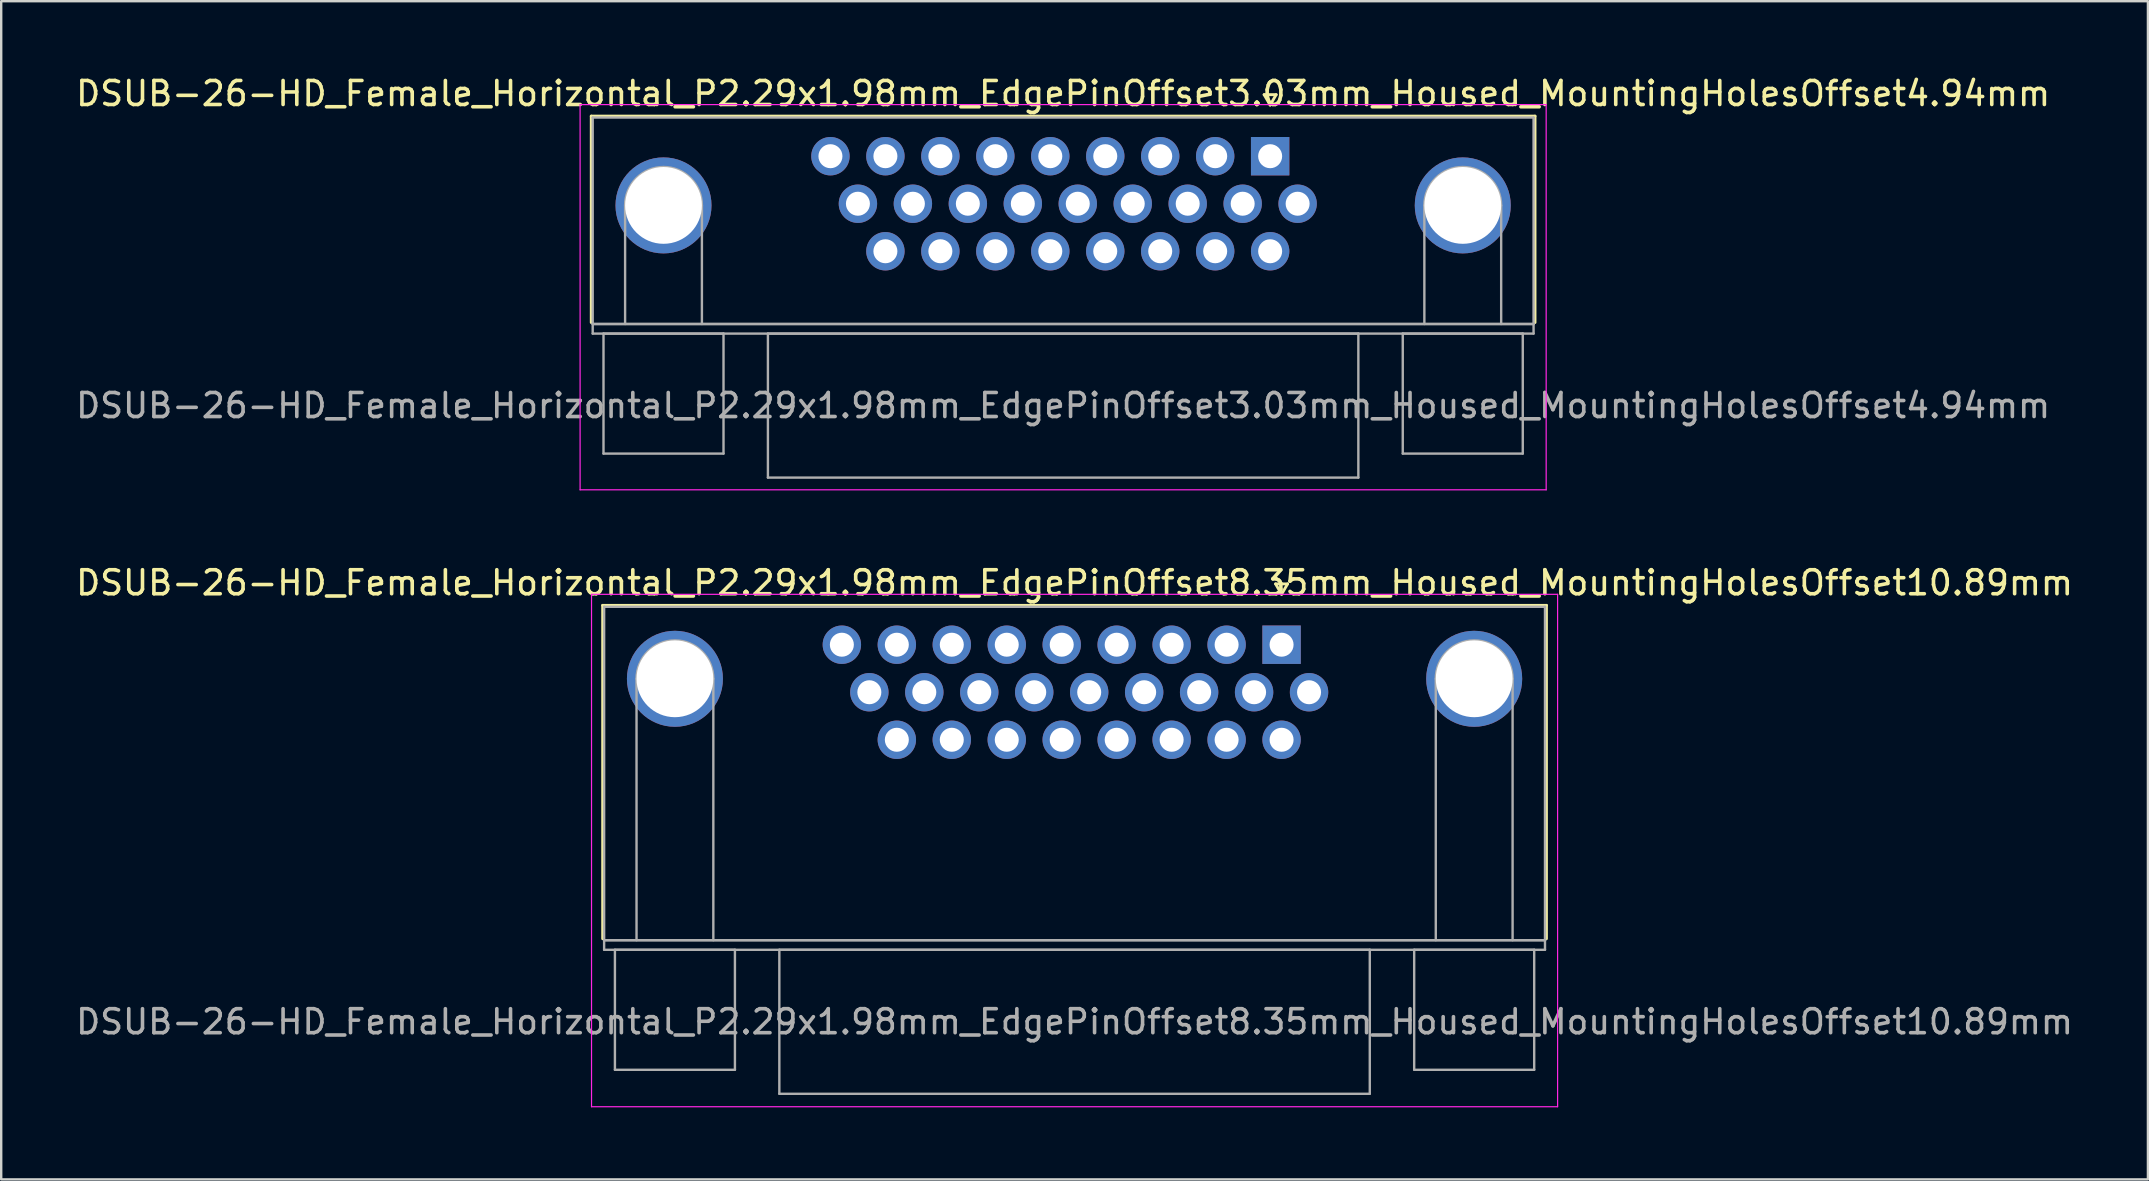
<source format=kicad_pcb>
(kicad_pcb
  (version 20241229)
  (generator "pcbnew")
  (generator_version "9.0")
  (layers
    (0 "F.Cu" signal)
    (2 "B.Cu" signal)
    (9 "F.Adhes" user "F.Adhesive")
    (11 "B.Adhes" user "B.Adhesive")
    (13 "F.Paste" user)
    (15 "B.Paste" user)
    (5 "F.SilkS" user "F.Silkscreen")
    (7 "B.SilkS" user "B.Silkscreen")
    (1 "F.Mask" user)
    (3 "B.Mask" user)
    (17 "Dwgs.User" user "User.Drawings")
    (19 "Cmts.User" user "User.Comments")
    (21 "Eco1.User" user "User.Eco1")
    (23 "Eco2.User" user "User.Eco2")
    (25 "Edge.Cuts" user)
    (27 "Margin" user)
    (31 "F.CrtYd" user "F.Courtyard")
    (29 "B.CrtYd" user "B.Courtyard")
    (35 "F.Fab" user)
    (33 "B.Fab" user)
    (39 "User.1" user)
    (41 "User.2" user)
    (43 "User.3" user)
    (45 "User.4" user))
  (footprint "DSUB-26-HD_Female_Horizontal_P2.29x1.98mm_EdgePinOffset8.35mm_Housed_MountingHolesOffset10.89mm"
    (layer "F.Cu")
    (at 50.345 23.811)
    (property "Reference" "DSUB-26-HD_Female_Horizontal_P2.29x1.98mm_EdgePinOffset8.35mm_Housed_MountingHolesOffset10.89mm" (at -8.625 -2.58 0) (layer "F.SilkS") (effects (font (size 1 1) (thickness 0.15))))
    (attr through_hole)
    (fp_line (start -28.285 -1.64) (end 11.035 -1.64) (stroke (width 0.12) (type solid)) (layer "F.SilkS"))
    (fp_line (start -28.285 12.25) (end -28.285 -1.64) (stroke (width 0.12) (type solid)) (layer "F.SilkS"))
    (fp_line (start -0.25 -2.534) (end 0.25 -2.534) (stroke (width 0.12) (type solid)) (layer "F.SilkS"))
    (fp_line (start 0 -2.101) (end -0.25 -2.534) (stroke (width 0.12) (type solid)) (layer "F.SilkS"))
    (fp_line (start 0.25 -2.534) (end 0 -2.101) (stroke (width 0.12) (type solid)) (layer "F.SilkS"))
    (fp_line (start 11.035 -1.64) (end 11.035 12.25) (stroke (width 0.12) (type solid)) (layer "F.SilkS"))
    (fp_line (start -28.75 -2.1) (end -28.75 19.25) (stroke (width 0.05) (type solid)) (layer "F.CrtYd"))
    (fp_line (start -28.75 19.25) (end 11.5 19.25) (stroke (width 0.05) (type solid)) (layer "F.CrtYd"))
    (fp_line (start 11.5 -2.1) (end -28.75 -2.1) (stroke (width 0.05) (type solid)) (layer "F.CrtYd"))
    (fp_line (start 11.5 19.25) (end 11.5 -2.1) (stroke (width 0.05) (type solid)) (layer "F.CrtYd"))
    (fp_line (start -28.225 -1.58) (end -28.225 12.31) (stroke (width 0.1) (type solid)) (layer "F.Fab"))
    (fp_line (start -28.225 12.31) (end -28.225 12.71) (stroke (width 0.1) (type solid)) (layer "F.Fab"))
    (fp_line (start -28.225 12.31) (end 10.975 12.31) (stroke (width 0.1) (type solid)) (layer "F.Fab"))
    (fp_line (start -28.225 12.71) (end 10.975 12.71) (stroke (width 0.1) (type solid)) (layer "F.Fab"))
    (fp_line (start -27.775 12.71) (end -27.775 17.71) (stroke (width 0.1) (type solid)) (layer "F.Fab"))
    (fp_line (start -27.775 17.71) (end -22.775 17.71) (stroke (width 0.1) (type solid)) (layer "F.Fab"))
    (fp_line (start -26.875 12.31) (end -26.875 1.42) (stroke (width 0.1) (type solid)) (layer "F.Fab"))
    (fp_line (start -23.675 12.31) (end -23.675 1.42) (stroke (width 0.1) (type solid)) (layer "F.Fab"))
    (fp_line (start -22.775 12.71) (end -27.775 12.71) (stroke (width 0.1) (type solid)) (layer "F.Fab"))
    (fp_line (start -22.775 17.71) (end -22.775 12.71) (stroke (width 0.1) (type solid)) (layer "F.Fab"))
    (fp_line (start -20.925 12.71) (end -20.925 18.71) (stroke (width 0.1) (type solid)) (layer "F.Fab"))
    (fp_line (start -20.925 18.71) (end 3.675 18.71) (stroke (width 0.1) (type solid)) (layer "F.Fab"))
    (fp_line (start 3.675 12.71) (end -20.925 12.71) (stroke (width 0.1) (type solid)) (layer "F.Fab"))
    (fp_line (start 3.675 18.71) (end 3.675 12.71) (stroke (width 0.1) (type solid)) (layer "F.Fab"))
    (fp_line (start 5.525 12.71) (end 5.525 17.71) (stroke (width 0.1) (type solid)) (layer "F.Fab"))
    (fp_line (start 5.525 17.71) (end 10.525 17.71) (stroke (width 0.1) (type solid)) (layer "F.Fab"))
    (fp_line (start 6.425 12.31) (end 6.425 1.42) (stroke (width 0.1) (type solid)) (layer "F.Fab"))
    (fp_line (start 9.625 12.31) (end 9.625 1.42) (stroke (width 0.1) (type solid)) (layer "F.Fab"))
    (fp_line (start 10.525 12.71) (end 5.525 12.71) (stroke (width 0.1) (type solid)) (layer "F.Fab"))
    (fp_line (start 10.525 17.71) (end 10.525 12.71) (stroke (width 0.1) (type solid)) (layer "F.Fab"))
    (fp_line (start 10.975 -1.58) (end -28.225 -1.58) (stroke (width 0.1) (type solid)) (layer "F.Fab"))
    (fp_line (start 10.975 12.31) (end -28.225 12.31) (stroke (width 0.1) (type solid)) (layer "F.Fab"))
    (fp_line (start 10.975 12.31) (end 10.975 -1.58) (stroke (width 0.1) (type solid)) (layer "F.Fab"))
    (fp_line (start 10.975 12.71) (end 10.975 12.31) (stroke (width 0.1) (type solid)) (layer "F.Fab"))
    (fp_arc (start -26.875 1.42) (mid -25.275 -0.18) (end -23.675 1.42) (stroke (width 0.1) (type solid)) (layer "F.Fab"))
    (fp_arc (start 6.425 1.42) (mid 8.025 -0.18) (end 9.625 1.42) (stroke (width 0.1) (type solid)) (layer "F.Fab"))
    (fp_text user "${REFERENCE}" (at -8.625 15.71 0) (layer "F.Fab") (effects (font (size 1 1) (thickness 0.15))))
    (pad "0" thru_hole circle (at -25.275 1.42) (size 4 4) (drill 3.2) (layers "*.Cu" "*.Mask"))
    (pad "0" thru_hole circle (at 8.025 1.42) (size 4 4) (drill 3.2) (layers "*.Cu" "*.Mask"))
    (pad "1" thru_hole rect (at 0 0) (size 1.6 1.6) (drill 1) (layers "*.Cu" "*.Mask"))
    (pad "2" thru_hole circle (at -2.29 0) (size 1.6 1.6) (drill 1) (layers "*.Cu" "*.Mask"))
    (pad "3" thru_hole circle (at -4.58 0) (size 1.6 1.6) (drill 1) (layers "*.Cu" "*.Mask"))
    (pad "4" thru_hole circle (at -6.87 0) (size 1.6 1.6) (drill 1) (layers "*.Cu" "*.Mask"))
    (pad "5" thru_hole circle (at -9.16 0) (size 1.6 1.6) (drill 1) (layers "*.Cu" "*.Mask"))
    (pad "6" thru_hole circle (at -11.45 0) (size 1.6 1.6) (drill 1) (layers "*.Cu" "*.Mask"))
    (pad "7" thru_hole circle (at -13.74 0) (size 1.6 1.6) (drill 1) (layers "*.Cu" "*.Mask"))
    (pad "8" thru_hole circle (at -16.03 0) (size 1.6 1.6) (drill 1) (layers "*.Cu" "*.Mask"))
    (pad "9" thru_hole circle (at -18.32 0) (size 1.6 1.6) (drill 1) (layers "*.Cu" "*.Mask"))
    (pad "10" thru_hole circle (at 1.145 1.98) (size 1.6 1.6) (drill 1) (layers "*.Cu" "*.Mask"))
    (pad "11" thru_hole circle (at -1.145 1.98) (size 1.6 1.6) (drill 1) (layers "*.Cu" "*.Mask"))
    (pad "12" thru_hole circle (at -3.435 1.98) (size 1.6 1.6) (drill 1) (layers "*.Cu" "*.Mask"))
    (pad "13" thru_hole circle (at -5.725 1.98) (size 1.6 1.6) (drill 1) (layers "*.Cu" "*.Mask"))
    (pad "14" thru_hole circle (at -8.015 1.98) (size 1.6 1.6) (drill 1) (layers "*.Cu" "*.Mask"))
    (pad "15" thru_hole circle (at -10.305 1.98) (size 1.6 1.6) (drill 1) (layers "*.Cu" "*.Mask"))
    (pad "16" thru_hole circle (at -12.595 1.98) (size 1.6 1.6) (drill 1) (layers "*.Cu" "*.Mask"))
    (pad "17" thru_hole circle (at -14.885 1.98) (size 1.6 1.6) (drill 1) (layers "*.Cu" "*.Mask"))
    (pad "18" thru_hole circle (at -17.175 1.98) (size 1.6 1.6) (drill 1) (layers "*.Cu" "*.Mask"))
    (pad "19" thru_hole circle (at 0 3.96) (size 1.6 1.6) (drill 1) (layers "*.Cu" "*.Mask"))
    (pad "20" thru_hole circle (at -2.29 3.96) (size 1.6 1.6) (drill 1) (layers "*.Cu" "*.Mask"))
    (pad "21" thru_hole circle (at -4.58 3.96) (size 1.6 1.6) (drill 1) (layers "*.Cu" "*.Mask"))
    (pad "22" thru_hole circle (at -6.87 3.96) (size 1.6 1.6) (drill 1) (layers "*.Cu" "*.Mask"))
    (pad "23" thru_hole circle (at -9.16 3.96) (size 1.6 1.6) (drill 1) (layers "*.Cu" "*.Mask"))
    (pad "24" thru_hole circle (at -11.45 3.96) (size 1.6 1.6) (drill 1) (layers "*.Cu" "*.Mask"))
    (pad "25" thru_hole circle (at -13.74 3.96) (size 1.6 1.6) (drill 1) (layers "*.Cu" "*.Mask"))
    (pad "26" thru_hole circle (at -16.03 3.96) (size 1.6 1.6) (drill 1) (layers "*.Cu" "*.Mask")))
  (footprint "DSUB-26-HD_Female_Horizontal_P2.29x1.98mm_EdgePinOffset3.03mm_Housed_MountingHolesOffset4.94mm"
    (layer "F.Cu")
    (at 49.869 3.458)
    (property "Reference" "DSUB-26-HD_Female_Horizontal_P2.29x1.98mm_EdgePinOffset3.03mm_Housed_MountingHolesOffset4.94mm" (at -8.625 -2.61 0) (layer "F.SilkS") (effects (font (size 1 1) (thickness 0.15))))
    (attr through_hole)
    (fp_line (start -28.285 -1.67) (end 11.035 -1.67) (stroke (width 0.12) (type solid)) (layer "F.SilkS"))
    (fp_line (start -28.285 6.93) (end -28.285 -1.67) (stroke (width 0.12) (type solid)) (layer "F.SilkS"))
    (fp_line (start -0.25 -2.564) (end 0.25 -2.564) (stroke (width 0.12) (type solid)) (layer "F.SilkS"))
    (fp_line (start 0 -2.131) (end -0.25 -2.564) (stroke (width 0.12) (type solid)) (layer "F.SilkS"))
    (fp_line (start 0.25 -2.564) (end 0 -2.131) (stroke (width 0.12) (type solid)) (layer "F.SilkS"))
    (fp_line (start 11.035 -1.67) (end 11.035 6.93) (stroke (width 0.12) (type solid)) (layer "F.SilkS"))
    (fp_line (start -28.75 -2.15) (end -28.75 13.9) (stroke (width 0.05) (type solid)) (layer "F.CrtYd"))
    (fp_line (start -28.75 13.9) (end 11.5 13.9) (stroke (width 0.05) (type solid)) (layer "F.CrtYd"))
    (fp_line (start 11.5 -2.15) (end -28.75 -2.15) (stroke (width 0.05) (type solid)) (layer "F.CrtYd"))
    (fp_line (start 11.5 13.9) (end 11.5 -2.15) (stroke (width 0.05) (type solid)) (layer "F.CrtYd"))
    (fp_line (start -28.225 -1.61) (end -28.225 6.99) (stroke (width 0.1) (type solid)) (layer "F.Fab"))
    (fp_line (start -28.225 6.99) (end -28.225 7.39) (stroke (width 0.1) (type solid)) (layer "F.Fab"))
    (fp_line (start -28.225 6.99) (end 10.975 6.99) (stroke (width 0.1) (type solid)) (layer "F.Fab"))
    (fp_line (start -28.225 7.39) (end 10.975 7.39) (stroke (width 0.1) (type solid)) (layer "F.Fab"))
    (fp_line (start -27.775 7.39) (end -27.775 12.39) (stroke (width 0.1) (type solid)) (layer "F.Fab"))
    (fp_line (start -27.775 12.39) (end -22.775 12.39) (stroke (width 0.1) (type solid)) (layer "F.Fab"))
    (fp_line (start -26.875 6.99) (end -26.875 2.05) (stroke (width 0.1) (type solid)) (layer "F.Fab"))
    (fp_line (start -23.675 6.99) (end -23.675 2.05) (stroke (width 0.1) (type solid)) (layer "F.Fab"))
    (fp_line (start -22.775 7.39) (end -27.775 7.39) (stroke (width 0.1) (type solid)) (layer "F.Fab"))
    (fp_line (start -22.775 12.39) (end -22.775 7.39) (stroke (width 0.1) (type solid)) (layer "F.Fab"))
    (fp_line (start -20.925 7.39) (end -20.925 13.39) (stroke (width 0.1) (type solid)) (layer "F.Fab"))
    (fp_line (start -20.925 13.39) (end 3.675 13.39) (stroke (width 0.1) (type solid)) (layer "F.Fab"))
    (fp_line (start 3.675 7.39) (end -20.925 7.39) (stroke (width 0.1) (type solid)) (layer "F.Fab"))
    (fp_line (start 3.675 13.39) (end 3.675 7.39) (stroke (width 0.1) (type solid)) (layer "F.Fab"))
    (fp_line (start 5.525 7.39) (end 5.525 12.39) (stroke (width 0.1) (type solid)) (layer "F.Fab"))
    (fp_line (start 5.525 12.39) (end 10.525 12.39) (stroke (width 0.1) (type solid)) (layer "F.Fab"))
    (fp_line (start 6.425 6.99) (end 6.425 2.05) (stroke (width 0.1) (type solid)) (layer "F.Fab"))
    (fp_line (start 9.625 6.99) (end 9.625 2.05) (stroke (width 0.1) (type solid)) (layer "F.Fab"))
    (fp_line (start 10.525 7.39) (end 5.525 7.39) (stroke (width 0.1) (type solid)) (layer "F.Fab"))
    (fp_line (start 10.525 12.39) (end 10.525 7.39) (stroke (width 0.1) (type solid)) (layer "F.Fab"))
    (fp_line (start 10.975 -1.61) (end -28.225 -1.61) (stroke (width 0.1) (type solid)) (layer "F.Fab"))
    (fp_line (start 10.975 6.99) (end -28.225 6.99) (stroke (width 0.1) (type solid)) (layer "F.Fab"))
    (fp_line (start 10.975 6.99) (end 10.975 -1.61) (stroke (width 0.1) (type solid)) (layer "F.Fab"))
    (fp_line (start 10.975 7.39) (end 10.975 6.99) (stroke (width 0.1) (type solid)) (layer "F.Fab"))
    (fp_arc (start -26.875 2.05) (mid -25.275 0.45) (end -23.675 2.05) (stroke (width 0.1) (type solid)) (layer "F.Fab"))
    (fp_arc (start 6.425 2.05) (mid 8.025 0.45) (end 9.625 2.05) (stroke (width 0.1) (type solid)) (layer "F.Fab"))
    (fp_text user "${REFERENCE}" (at -8.625 10.39 0) (layer "F.Fab") (effects (font (size 1 1) (thickness 0.15))))
    (pad "0" thru_hole circle (at -25.275 2.05) (size 4 4) (drill 3.2) (layers "*.Cu" "*.Mask"))
    (pad "0" thru_hole circle (at 8.025 2.05) (size 4 4) (drill 3.2) (layers "*.Cu" "*.Mask"))
    (pad "1" thru_hole rect (at 0 0) (size 1.6 1.6) (drill 1) (layers "*.Cu" "*.Mask"))
    (pad "2" thru_hole circle (at -2.29 0) (size 1.6 1.6) (drill 1) (layers "*.Cu" "*.Mask"))
    (pad "3" thru_hole circle (at -4.58 0) (size 1.6 1.6) (drill 1) (layers "*.Cu" "*.Mask"))
    (pad "4" thru_hole circle (at -6.87 0) (size 1.6 1.6) (drill 1) (layers "*.Cu" "*.Mask"))
    (pad "5" thru_hole circle (at -9.16 0) (size 1.6 1.6) (drill 1) (layers "*.Cu" "*.Mask"))
    (pad "6" thru_hole circle (at -11.45 0) (size 1.6 1.6) (drill 1) (layers "*.Cu" "*.Mask"))
    (pad "7" thru_hole circle (at -13.74 0) (size 1.6 1.6) (drill 1) (layers "*.Cu" "*.Mask"))
    (pad "8" thru_hole circle (at -16.03 0) (size 1.6 1.6) (drill 1) (layers "*.Cu" "*.Mask"))
    (pad "9" thru_hole circle (at -18.32 0) (size 1.6 1.6) (drill 1) (layers "*.Cu" "*.Mask"))
    (pad "10" thru_hole circle (at 1.145 1.98) (size 1.6 1.6) (drill 1) (layers "*.Cu" "*.Mask"))
    (pad "11" thru_hole circle (at -1.145 1.98) (size 1.6 1.6) (drill 1) (layers "*.Cu" "*.Mask"))
    (pad "12" thru_hole circle (at -3.435 1.98) (size 1.6 1.6) (drill 1) (layers "*.Cu" "*.Mask"))
    (pad "13" thru_hole circle (at -5.725 1.98) (size 1.6 1.6) (drill 1) (layers "*.Cu" "*.Mask"))
    (pad "14" thru_hole circle (at -8.015 1.98) (size 1.6 1.6) (drill 1) (layers "*.Cu" "*.Mask"))
    (pad "15" thru_hole circle (at -10.305 1.98) (size 1.6 1.6) (drill 1) (layers "*.Cu" "*.Mask"))
    (pad "16" thru_hole circle (at -12.595 1.98) (size 1.6 1.6) (drill 1) (layers "*.Cu" "*.Mask"))
    (pad "17" thru_hole circle (at -14.885 1.98) (size 1.6 1.6) (drill 1) (layers "*.Cu" "*.Mask"))
    (pad "18" thru_hole circle (at -17.175 1.98) (size 1.6 1.6) (drill 1) (layers "*.Cu" "*.Mask"))
    (pad "19" thru_hole circle (at 0 3.96) (size 1.6 1.6) (drill 1) (layers "*.Cu" "*.Mask"))
    (pad "20" thru_hole circle (at -2.29 3.96) (size 1.6 1.6) (drill 1) (layers "*.Cu" "*.Mask"))
    (pad "21" thru_hole circle (at -4.58 3.96) (size 1.6 1.6) (drill 1) (layers "*.Cu" "*.Mask"))
    (pad "22" thru_hole circle (at -6.87 3.96) (size 1.6 1.6) (drill 1) (layers "*.Cu" "*.Mask"))
    (pad "23" thru_hole circle (at -9.16 3.96) (size 1.6 1.6) (drill 1) (layers "*.Cu" "*.Mask"))
    (pad "24" thru_hole circle (at -11.45 3.96) (size 1.6 1.6) (drill 1) (layers "*.Cu" "*.Mask"))
    (pad "25" thru_hole circle (at -13.74 3.96) (size 1.6 1.6) (drill 1) (layers "*.Cu" "*.Mask"))
    (pad "26" thru_hole circle (at -16.03 3.96) (size 1.6 1.6) (drill 1) (layers "*.Cu" "*.Mask")))
  (gr_rect
    (start -3 -3)
    (end 86.44 46.087)
    (stroke (width 0.1) (type default))
    (fill no)
    (layer "Edge.Cuts")))
</source>
